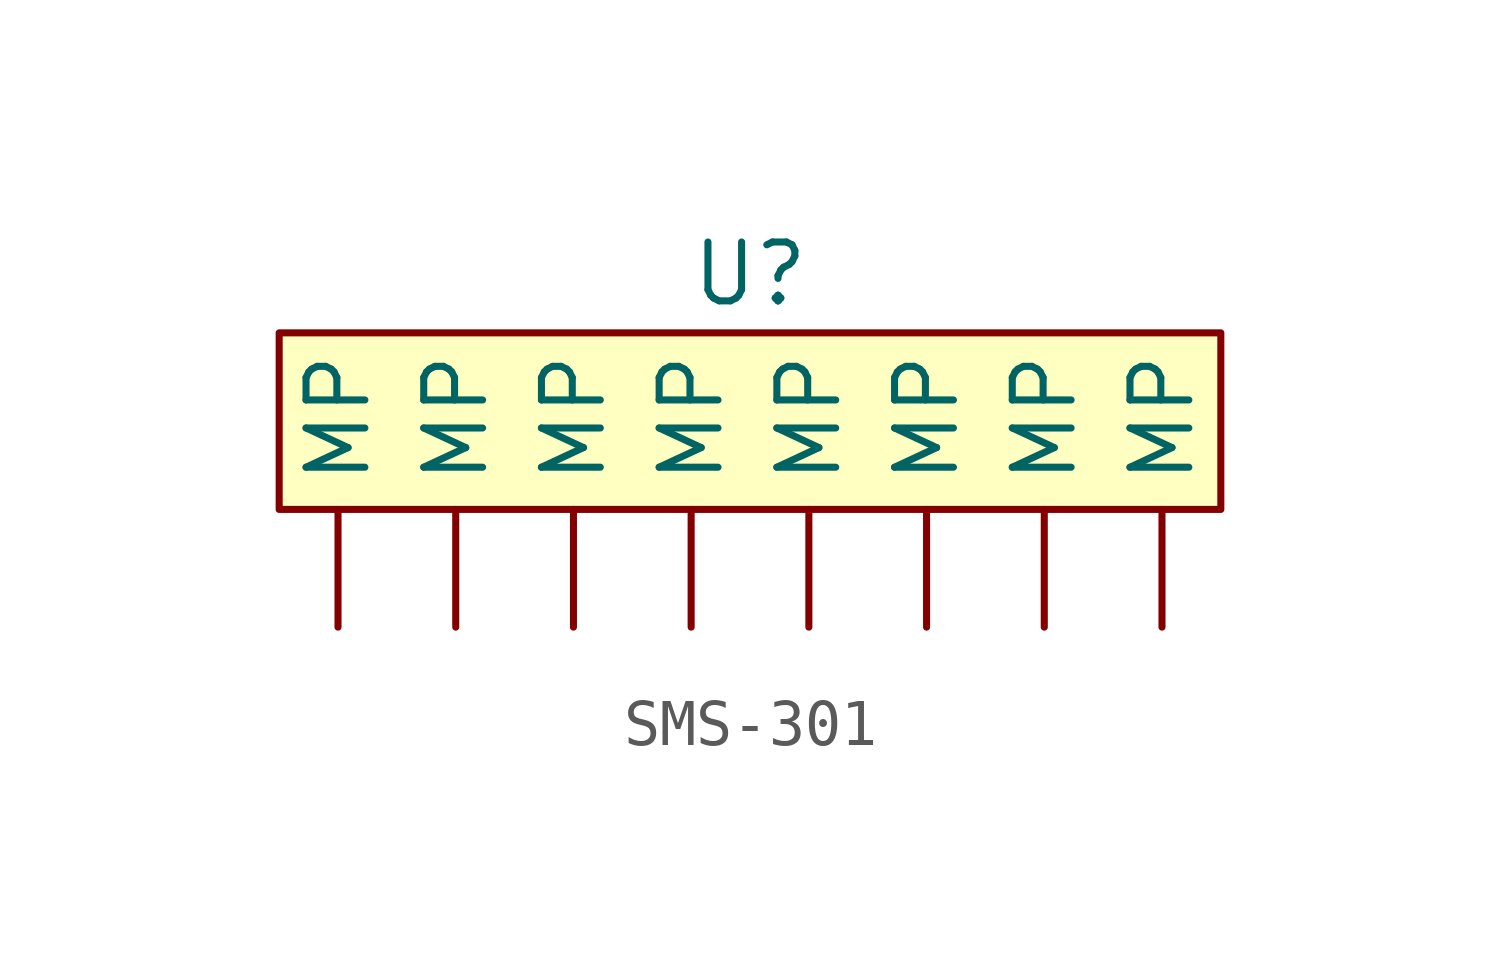
<source format=kicad_sym>
(kicad_symbol_lib
  (version 20231120)
  (generator "kicad_symbol_editor")
  (generator_version "8.0")
  (symbol "SMS-301"
    (property "Reference" "U"
      (at 6.35 1.27 0)
      (effects (font (size 1.27 1.27))))
    (property "Value" ""
      (at 0 0 0)
      (effects (font (size 1.27 1.27))))
    (symbol "SMS-301_1_1"
      (rectangle (start -3.81 0) (end 16.51 -3.81) (stroke (width 0) (type default)) (fill (type background)))
      (pin input line (at -2.54 -6.35 90) (length 2.54) (name "MP" (effects (font (size 1.27 1.27)))) (number "" (effects (font (size 1.27 1.27)))))
      (pin input line (at 0 -6.35 90) (length 2.54) (name "MP" (effects (font (size 1.27 1.27)))) (number "" (effects (font (size 1.27 1.27)))))
      (pin input line (at 2.54 -6.35 90) (length 2.54) (name "MP" (effects (font (size 1.27 1.27)))) (number "" (effects (font (size 1.27 1.27)))))
      (pin input line (at 5.08 -6.35 90) (length 2.54) (name "MP" (effects (font (size 1.27 1.27)))) (number "" (effects (font (size 1.27 1.27)))))
      (pin input line (at 7.62 -6.35 90) (length 2.54) (name "MP" (effects (font (size 1.27 1.27)))) (number "" (effects (font (size 1.27 1.27)))))
      (pin input line (at 10.16 -6.35 90) (length 2.54) (name "MP" (effects (font (size 1.27 1.27)))) (number "" (effects (font (size 1.27 1.27)))))
      (pin input line (at 12.7 -6.35 90) (length 2.54) (name "MP" (effects (font (size 1.27 1.27)))) (number "" (effects (font (size 1.27 1.27)))))
      (pin input line (at 15.24 -6.35 90) (length 2.54) (name "MP" (effects (font (size 1.27 1.27)))) (number "" (effects (font (size 1.27 1.27))))))))
</source>
